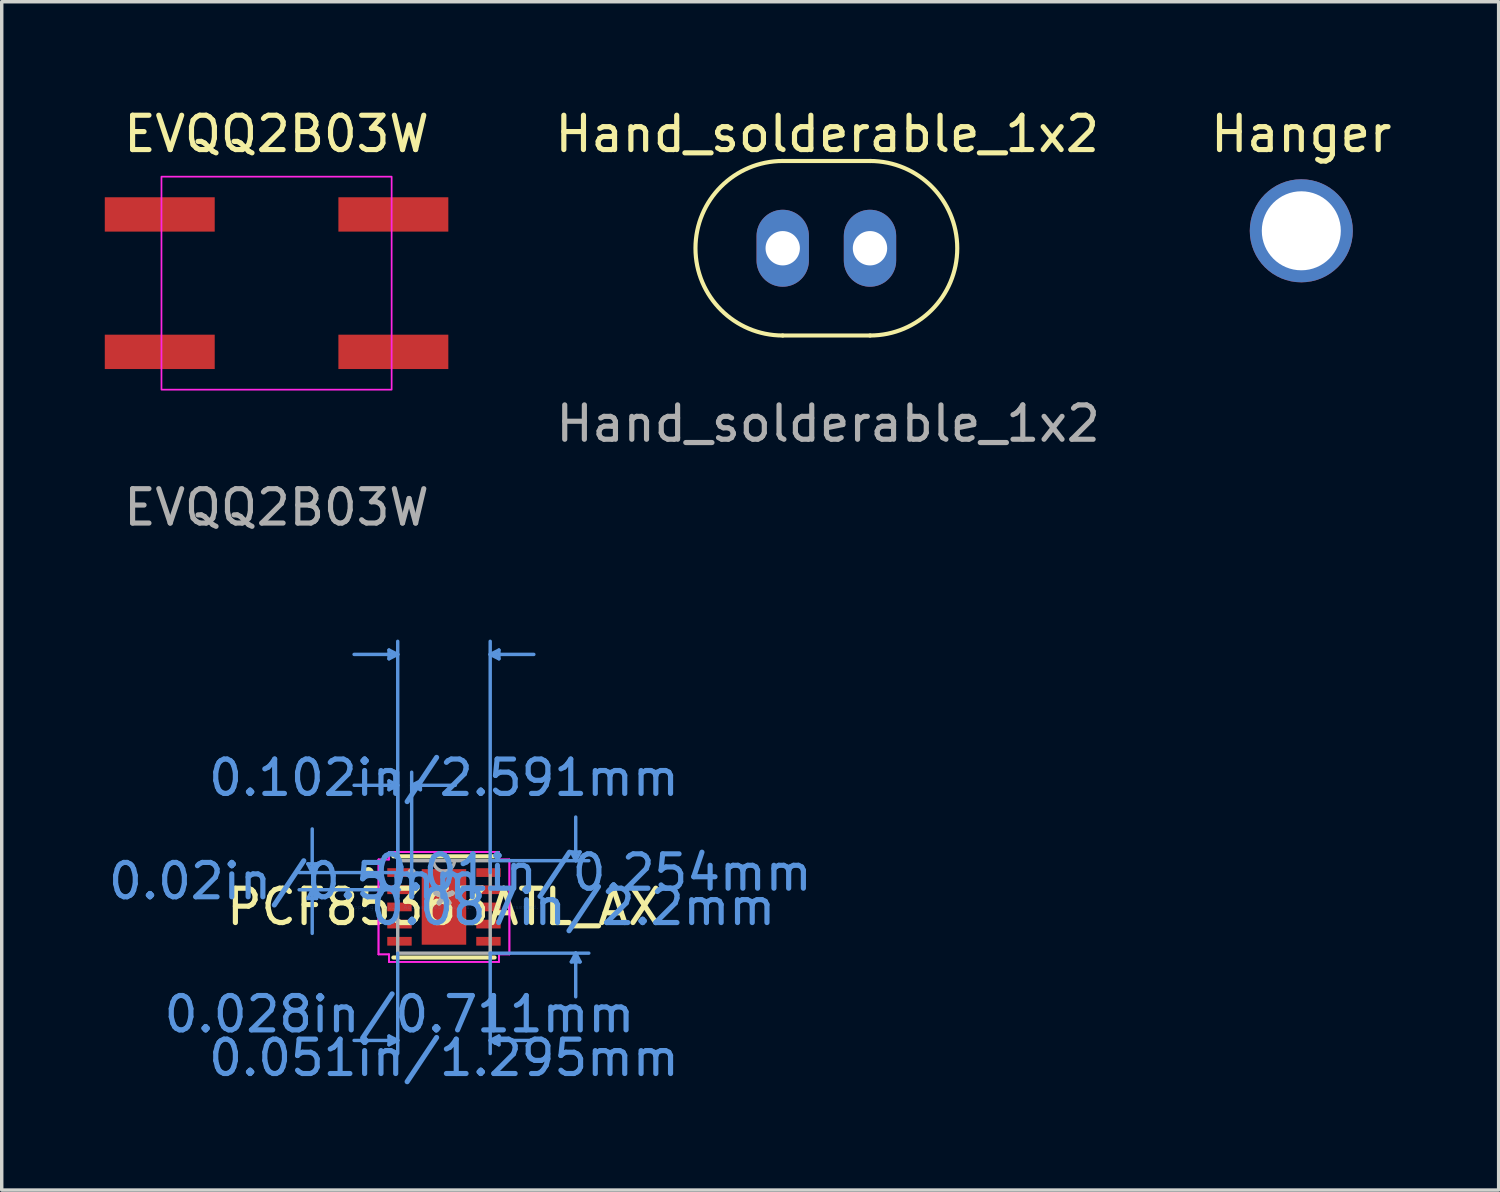
<source format=kicad_pcb>
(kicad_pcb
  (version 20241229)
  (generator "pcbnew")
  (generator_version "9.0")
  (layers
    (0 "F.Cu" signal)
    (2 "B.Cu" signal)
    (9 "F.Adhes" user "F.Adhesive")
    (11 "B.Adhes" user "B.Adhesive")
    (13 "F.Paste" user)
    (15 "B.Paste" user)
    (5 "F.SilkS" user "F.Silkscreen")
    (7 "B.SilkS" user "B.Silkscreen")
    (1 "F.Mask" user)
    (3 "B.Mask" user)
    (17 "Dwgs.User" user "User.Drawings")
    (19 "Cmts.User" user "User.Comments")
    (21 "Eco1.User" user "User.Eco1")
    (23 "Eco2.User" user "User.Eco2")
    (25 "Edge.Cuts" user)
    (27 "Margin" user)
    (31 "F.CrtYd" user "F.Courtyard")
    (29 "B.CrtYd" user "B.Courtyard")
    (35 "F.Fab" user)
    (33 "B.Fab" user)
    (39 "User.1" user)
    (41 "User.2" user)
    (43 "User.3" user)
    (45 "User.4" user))
  (footprint "PCF85363ATL_AX"
    (layer "F.Cu")
    (at 9.873 23.349)
    (property "Reference" "PCF85363ATL_AX" (at 0 0 0) (layer "F.SilkS") (effects (font (size 1 1) (thickness 0.15))))
    (attr through_hole)
    (fp_line (start -1.473 1.473) (end 1.473 1.473) (stroke (width 0.12) (type solid)) (layer "F.SilkS"))
    (fp_line (start 1.473 -1.473) (end -1.473 -1.473) (stroke (width 0.12) (type solid)) (layer "F.SilkS"))
    (fp_circle (center -2.202 -1) (end -2.1 -1) (stroke (width 0.12) (type solid)) (fill no) (layer "F.SilkS"))
    (fp_line (start -3.962 -1.254) (end -3.708 -1.254) (stroke (width 0.1) (type solid)) (layer "Cmts.User"))
    (fp_line (start -3.962 -0.246) (end -3.708 -0.246) (stroke (width 0.1) (type solid)) (layer "Cmts.User"))
    (fp_line (start -3.835 -1) (end -3.962 -1.254) (stroke (width 0.1) (type solid)) (layer "Cmts.User"))
    (fp_line (start -3.835 -1) (end -3.835 -2.27) (stroke (width 0.1) (type solid)) (layer "Cmts.User"))
    (fp_line (start -3.835 -1) (end -3.708 -1.254) (stroke (width 0.1) (type solid)) (layer "Cmts.User"))
    (fp_line (start -3.835 -0.5) (end -3.962 -0.246) (stroke (width 0.1) (type solid)) (layer "Cmts.User"))
    (fp_line (start -3.835 -0.5) (end -3.835 0.77) (stroke (width 0.1) (type solid)) (layer "Cmts.User"))
    (fp_line (start -3.835 -0.5) (end -3.708 -0.246) (stroke (width 0.1) (type solid)) (layer "Cmts.User"))
    (fp_line (start -1.6 -7.477) (end -1.6 -7.223) (stroke (width 0.1) (type solid)) (layer "Cmts.User"))
    (fp_line (start -1.6 -3.667) (end -1.6 -3.413) (stroke (width 0.1) (type solid)) (layer "Cmts.User"))
    (fp_line (start -1.6 3.759) (end -1.6 4.013) (stroke (width 0.1) (type solid)) (layer "Cmts.User"))
    (fp_line (start -1.346 -7.35) (end -2.616 -7.35) (stroke (width 0.1) (type solid)) (layer "Cmts.User"))
    (fp_line (start -1.346 -7.35) (end -1.6 -7.477) (stroke (width 0.1) (type solid)) (layer "Cmts.User"))
    (fp_line (start -1.346 -7.35) (end -1.6 -7.223) (stroke (width 0.1) (type solid)) (layer "Cmts.User"))
    (fp_line (start -1.346 -3.54) (end -2.616 -3.54) (stroke (width 0.1) (type solid)) (layer "Cmts.User"))
    (fp_line (start -1.346 -3.54) (end -1.6 -3.667) (stroke (width 0.1) (type solid)) (layer "Cmts.User"))
    (fp_line (start -1.346 -3.54) (end -1.6 -3.413) (stroke (width 0.1) (type solid)) (layer "Cmts.User"))
    (fp_line (start -1.346 -1) (end -1.346 -7.731) (stroke (width 0.1) (type solid)) (layer "Cmts.User"))
    (fp_line (start -1.346 -1) (end -1.346 -3.921) (stroke (width 0.1) (type solid)) (layer "Cmts.User"))
    (fp_line (start -1.346 1.346) (end -1.346 4.267) (stroke (width 0.1) (type solid)) (layer "Cmts.User"))
    (fp_line (start -1.346 3.886) (end -2.616 3.886) (stroke (width 0.1) (type solid)) (layer "Cmts.User"))
    (fp_line (start -1.346 3.886) (end -1.6 3.759) (stroke (width 0.1) (type solid)) (layer "Cmts.User"))
    (fp_line (start -1.346 3.886) (end -1.6 4.013) (stroke (width 0.1) (type solid)) (layer "Cmts.User"))
    (fp_line (start -1.295 -1) (end -4.216 -1) (stroke (width 0.1) (type solid)) (layer "Cmts.User"))
    (fp_line (start -1.295 -0.5) (end -4.216 -0.5) (stroke (width 0.1) (type solid)) (layer "Cmts.User"))
    (fp_line (start -0.94 -3.54) (end -0.686 -3.667) (stroke (width 0.1) (type solid)) (layer "Cmts.User"))
    (fp_line (start -0.94 -3.54) (end -0.686 -3.413) (stroke (width 0.1) (type solid)) (layer "Cmts.User"))
    (fp_line (start -0.94 -3.54) (end 0.33 -3.54) (stroke (width 0.1) (type solid)) (layer "Cmts.User"))
    (fp_line (start -0.94 -1) (end -0.94 -3.921) (stroke (width 0.1) (type solid)) (layer "Cmts.User"))
    (fp_line (start -0.686 -3.667) (end -0.686 -3.413) (stroke (width 0.1) (type solid)) (layer "Cmts.User"))
    (fp_line (start 1.346 -7.35) (end 1.6 -7.477) (stroke (width 0.1) (type solid)) (layer "Cmts.User"))
    (fp_line (start 1.346 -7.35) (end 1.6 -7.223) (stroke (width 0.1) (type solid)) (layer "Cmts.User"))
    (fp_line (start 1.346 -7.35) (end 2.616 -7.35) (stroke (width 0.1) (type solid)) (layer "Cmts.User"))
    (fp_line (start 1.346 -1.346) (end 4.216 -1.346) (stroke (width 0.1) (type solid)) (layer "Cmts.User"))
    (fp_line (start 1.346 -1) (end 1.346 -7.731) (stroke (width 0.1) (type solid)) (layer "Cmts.User"))
    (fp_line (start 1.346 1.346) (end 1.346 4.267) (stroke (width 0.1) (type solid)) (layer "Cmts.User"))
    (fp_line (start 1.346 1.346) (end 4.216 1.346) (stroke (width 0.1) (type solid)) (layer "Cmts.User"))
    (fp_line (start 1.346 3.886) (end 1.6 3.759) (stroke (width 0.1) (type solid)) (layer "Cmts.User"))
    (fp_line (start 1.346 3.886) (end 1.6 4.013) (stroke (width 0.1) (type solid)) (layer "Cmts.User"))
    (fp_line (start 1.346 3.886) (end 2.616 3.886) (stroke (width 0.1) (type solid)) (layer "Cmts.User"))
    (fp_line (start 1.6 -7.477) (end 1.6 -7.223) (stroke (width 0.1) (type solid)) (layer "Cmts.User"))
    (fp_line (start 1.6 3.759) (end 1.6 4.013) (stroke (width 0.1) (type solid)) (layer "Cmts.User"))
    (fp_line (start 3.708 -1.6) (end 3.962 -1.6) (stroke (width 0.1) (type solid)) (layer "Cmts.User"))
    (fp_line (start 3.708 1.6) (end 3.962 1.6) (stroke (width 0.1) (type solid)) (layer "Cmts.User"))
    (fp_line (start 3.835 -1.346) (end 3.708 -1.6) (stroke (width 0.1) (type solid)) (layer "Cmts.User"))
    (fp_line (start 3.835 -1.346) (end 3.835 -2.616) (stroke (width 0.1) (type solid)) (layer "Cmts.User"))
    (fp_line (start 3.835 -1.346) (end 3.962 -1.6) (stroke (width 0.1) (type solid)) (layer "Cmts.User"))
    (fp_line (start 3.835 1.346) (end 3.708 1.6) (stroke (width 0.1) (type solid)) (layer "Cmts.User"))
    (fp_line (start 3.835 1.346) (end 3.835 2.616) (stroke (width 0.1) (type solid)) (layer "Cmts.User"))
    (fp_line (start 3.835 1.346) (end 3.962 1.6) (stroke (width 0.1) (type solid)) (layer "Cmts.User"))
    (fp_line (start -1.905 -1.381) (end -1.6 -1.381) (stroke (width 0.05) (type solid)) (layer "F.CrtYd"))
    (fp_line (start -1.905 -1.381) (end -1.6 -1.381) (stroke (width 0.05) (type solid)) (layer "F.CrtYd"))
    (fp_line (start -1.905 1.381) (end -1.905 -1.381) (stroke (width 0.05) (type solid)) (layer "F.CrtYd"))
    (fp_line (start -1.905 1.381) (end -1.905 -1.381) (stroke (width 0.05) (type solid)) (layer "F.CrtYd"))
    (fp_line (start -1.905 1.381) (end -1.6 1.381) (stroke (width 0.05) (type solid)) (layer "F.CrtYd"))
    (fp_line (start -1.6 -1.6) (end 1.6 -1.6) (stroke (width 0.05) (type solid)) (layer "F.CrtYd"))
    (fp_line (start -1.6 -1.6) (end 1.6 -1.6) (stroke (width 0.05) (type solid)) (layer "F.CrtYd"))
    (fp_line (start -1.6 -1.381) (end -1.6 -1.6) (stroke (width 0.05) (type solid)) (layer "F.CrtYd"))
    (fp_line (start -1.6 -1.381) (end -1.6 -1.6) (stroke (width 0.05) (type solid)) (layer "F.CrtYd"))
    (fp_line (start -1.6 1.381) (end -1.905 1.381) (stroke (width 0.05) (type solid)) (layer "F.CrtYd"))
    (fp_line (start -1.6 1.6) (end -1.6 1.381) (stroke (width 0.05) (type solid)) (layer "F.CrtYd"))
    (fp_line (start -1.6 1.6) (end -1.6 1.381) (stroke (width 0.05) (type solid)) (layer "F.CrtYd"))
    (fp_line (start 1.6 -1.6) (end 1.6 -1.381) (stroke (width 0.05) (type solid)) (layer "F.CrtYd"))
    (fp_line (start 1.6 -1.6) (end 1.6 -1.381) (stroke (width 0.05) (type solid)) (layer "F.CrtYd"))
    (fp_line (start 1.6 -1.381) (end 1.905 -1.381) (stroke (width 0.05) (type solid)) (layer "F.CrtYd"))
    (fp_line (start 1.6 1.381) (end 1.6 1.6) (stroke (width 0.05) (type solid)) (layer "F.CrtYd"))
    (fp_line (start 1.6 1.381) (end 1.6 1.6) (stroke (width 0.05) (type solid)) (layer "F.CrtYd"))
    (fp_line (start 1.6 1.6) (end -1.6 1.6) (stroke (width 0.05) (type solid)) (layer "F.CrtYd"))
    (fp_line (start 1.6 1.6) (end -1.6 1.6) (stroke (width 0.05) (type solid)) (layer "F.CrtYd"))
    (fp_line (start 1.905 -1.381) (end 1.6 -1.381) (stroke (width 0.05) (type solid)) (layer "F.CrtYd"))
    (fp_line (start 1.905 -1.381) (end 1.905 1.381) (stroke (width 0.05) (type solid)) (layer "F.CrtYd"))
    (fp_line (start 1.905 -1.381) (end 1.905 1.381) (stroke (width 0.05) (type solid)) (layer "F.CrtYd"))
    (fp_line (start 1.905 1.381) (end 1.6 1.381) (stroke (width 0.05) (type solid)) (layer "F.CrtYd"))
    (fp_line (start 1.905 1.381) (end 1.6 1.381) (stroke (width 0.05) (type solid)) (layer "F.CrtYd"))
    (fp_line (start -1.346 -1.346) (end -1.346 1.346) (stroke (width 0.1) (type solid)) (layer "F.Fab"))
    (fp_line (start -1.346 1.346) (end 1.346 1.346) (stroke (width 0.1) (type solid)) (layer "F.Fab"))
    (fp_line (start 1.346 -1.346) (end -1.346 -1.346) (stroke (width 0.1) (type solid)) (layer "F.Fab"))
    (fp_line (start 1.346 1.346) (end 1.346 -1.346) (stroke (width 0.1) (type solid)) (layer "F.Fab"))
    (fp_arc (start 0.3048 -1.3462) (mid 0 -1.0414) (end -0.3048 -1.3462) (stroke (width 0.1) (type solid)) (layer "F.Fab"))
    (fp_circle (center -0.94 -1) (end -0.864 -1) (stroke (width 0.1) (type solid)) (fill no) (layer "F.Fab"))
    (fp_text user "*" (at 0 0 0) (layer "F.SilkS") (effects (font (size 1 1) (thickness 0.15))))
    (fp_text user "0.02in/0.5mm" (at -4.343 -0.75 0) (layer "Cmts.User") (effects (font (size 1 1) (thickness 0.15))))
    (fp_text user "0.028in/0.711mm" (at -1.295 3.124 0) (layer "Cmts.User") (effects (font (size 1 1) (thickness 0.15))))
    (fp_text user "Copyright 2021 Accelerated Designs. All rights reserved." (at 0 0 0) (layer "Cmts.User") (effects (font (size 0.127 0.127) (thickness 0.002))))
    (fp_text user "0.01in/0.254mm" (at 4.343 -1 0) (layer "Cmts.User") (effects (font (size 1 1) (thickness 0.15))))
    (fp_text user "0.087in/2.2mm" (at 3.759 0 0) (layer "Cmts.User") (effects (font (size 1 1) (thickness 0.15))))
    (fp_text user "0.102in/2.591mm" (at 0 -3.759 0) (layer "Cmts.User") (effects (font (size 1 1) (thickness 0.15))))
    (fp_text user "0.051in/1.295mm" (at 0 4.394 0) (layer "Cmts.User") (effects (font (size 1 1) (thickness 0.15))))
    (fp_text user "*" (at 0 0 0) (layer "F.Fab") (effects (font (size 1 1) (thickness 0.15))))
    (pad "1" smd rect (at -1.295 -1) (size 0.711 0.254) (layers "F.Cu" "F.Mask" "F.Paste"))
    (pad "2" smd rect (at -1.295 -0.5) (size 0.711 0.254) (layers "F.Cu" "F.Mask" "F.Paste"))
    (pad "3" smd rect (at -1.295 0) (size 0.711 0.254) (layers "F.Cu" "F.Mask" "F.Paste"))
    (pad "4" smd rect (at -1.295 0.5) (size 0.711 0.254) (layers "F.Cu" "F.Mask" "F.Paste"))
    (pad "5" smd rect (at -1.295 1) (size 0.711 0.254) (layers "F.Cu" "F.Mask" "F.Paste"))
    (pad "6" smd rect (at 1.295 1) (size 0.711 0.254) (layers "F.Cu" "F.Mask" "F.Paste"))
    (pad "7" smd rect (at 1.295 0.5) (size 0.711 0.254) (layers "F.Cu" "F.Mask" "F.Paste"))
    (pad "8" smd rect (at 1.295 0) (size 0.711 0.254) (layers "F.Cu" "F.Mask" "F.Paste"))
    (pad "9" smd rect (at 1.295 -0.5) (size 0.711 0.254) (layers "F.Cu" "F.Mask" "F.Paste"))
    (pad "10" smd rect (at 1.295 -1) (size 0.711 0.254) (layers "F.Cu" "F.Mask" "F.Paste"))
    (pad "11" smd rect (at 0 0) (size 1.295 2.2) (layers "F.Cu" "F.Mask" "F.Paste")))
  (footprint "Hanger"
    (layer "F.Cu")
    (at 34.829 3.668)
    (property "Reference" "Hanger" (at 0 -2.819 0) (unlocked yes) (layer "F.SilkS") (effects (font (size 1 1) (thickness 0.15))))
    (attr through_hole)
    (pad "" thru_hole circle (at 0 0) (size 3 3) (drill 2.3) (layers "*.Cu" "*.Mask")))
  (footprint "EVQQ2B03W"
    (layer "F.Cu")
    (at 5 5.192)
    (property "Reference" "EVQQ2B03W" (at 0 -4.343 0) (unlocked yes) (layer "F.SilkS") (effects (font (size 1 1) (thickness 0.15))))
    (attr smd)
    (fp_rect (start -3.35 -3.1) (end 3.35 3.1) (stroke (width 0.05) (type solid)) (fill no) (layer "F.CrtYd"))
    (fp_text user "${REFERENCE}" (at 0 6.528 0) (unlocked yes) (layer "F.Fab") (effects (font (size 1 1) (thickness 0.15))))
    (pad "1" smd rect (at -3.4 2) (size 3.2 1) (layers "F.Cu" "F.Mask" "F.Paste"))
    (pad "1" smd rect (at 3.4 2) (size 3.2 1) (layers "F.Cu" "F.Mask" "F.Paste"))
    (pad "2" smd rect (at -3.4 -2) (size 3.2 1) (layers "F.Cu" "F.Mask" "F.Paste"))
    (pad "2" smd rect (at 3.4 -2) (size 3.2 1) (layers "F.Cu" "F.Mask" "F.Paste")))
  (footprint "Hand_solderable_1x2"
    (layer "F.Cu")
    (at 21.004 4.176)
    (property "Reference" "Hand_solderable_1x2" (at 0.025 -3.327 0) (unlocked yes) (layer "F.SilkS") (effects (font (size 1 1) (thickness 0.15))))
    (attr through_hole)
    (fp_line (start -1.27 -2.54) (end 1.295 -2.54) (stroke (width 0.12) (type solid)) (layer "F.SilkS"))
    (fp_line (start -1.27 2.54) (end 1.27 2.54) (stroke (width 0.12) (type solid)) (layer "F.SilkS"))
    (fp_arc (start -1.27 2.54) (mid -3.81 0) (end -1.27 -2.54) (stroke (width 0.12) (type solid)) (layer "F.SilkS"))
    (fp_arc (start 1.27 -2.54) (mid 3.81 0) (end 1.27 2.54) (stroke (width 0.12) (type solid)) (layer "F.SilkS"))
    (fp_text user "${REFERENCE}" (at 0.051 5.105 0) (unlocked yes) (layer "F.Fab") (effects (font (size 1 1) (thickness 0.15))))
    (pad "1" thru_hole oval (at -1.27 0) (size 1.524 2.24) (drill 1) (layers "*.Cu" "*.Mask"))
    (pad "2" thru_hole oval (at 1.27 0) (size 1.524 2.24) (drill 1) (layers "*.Cu" "*.Mask")))
  (gr_rect
    (start -3 -3)
    (end 40.573 31.591)
    (stroke (width 0.1) (type default))
    (fill no)
    (layer "Edge.Cuts")))
</source>
